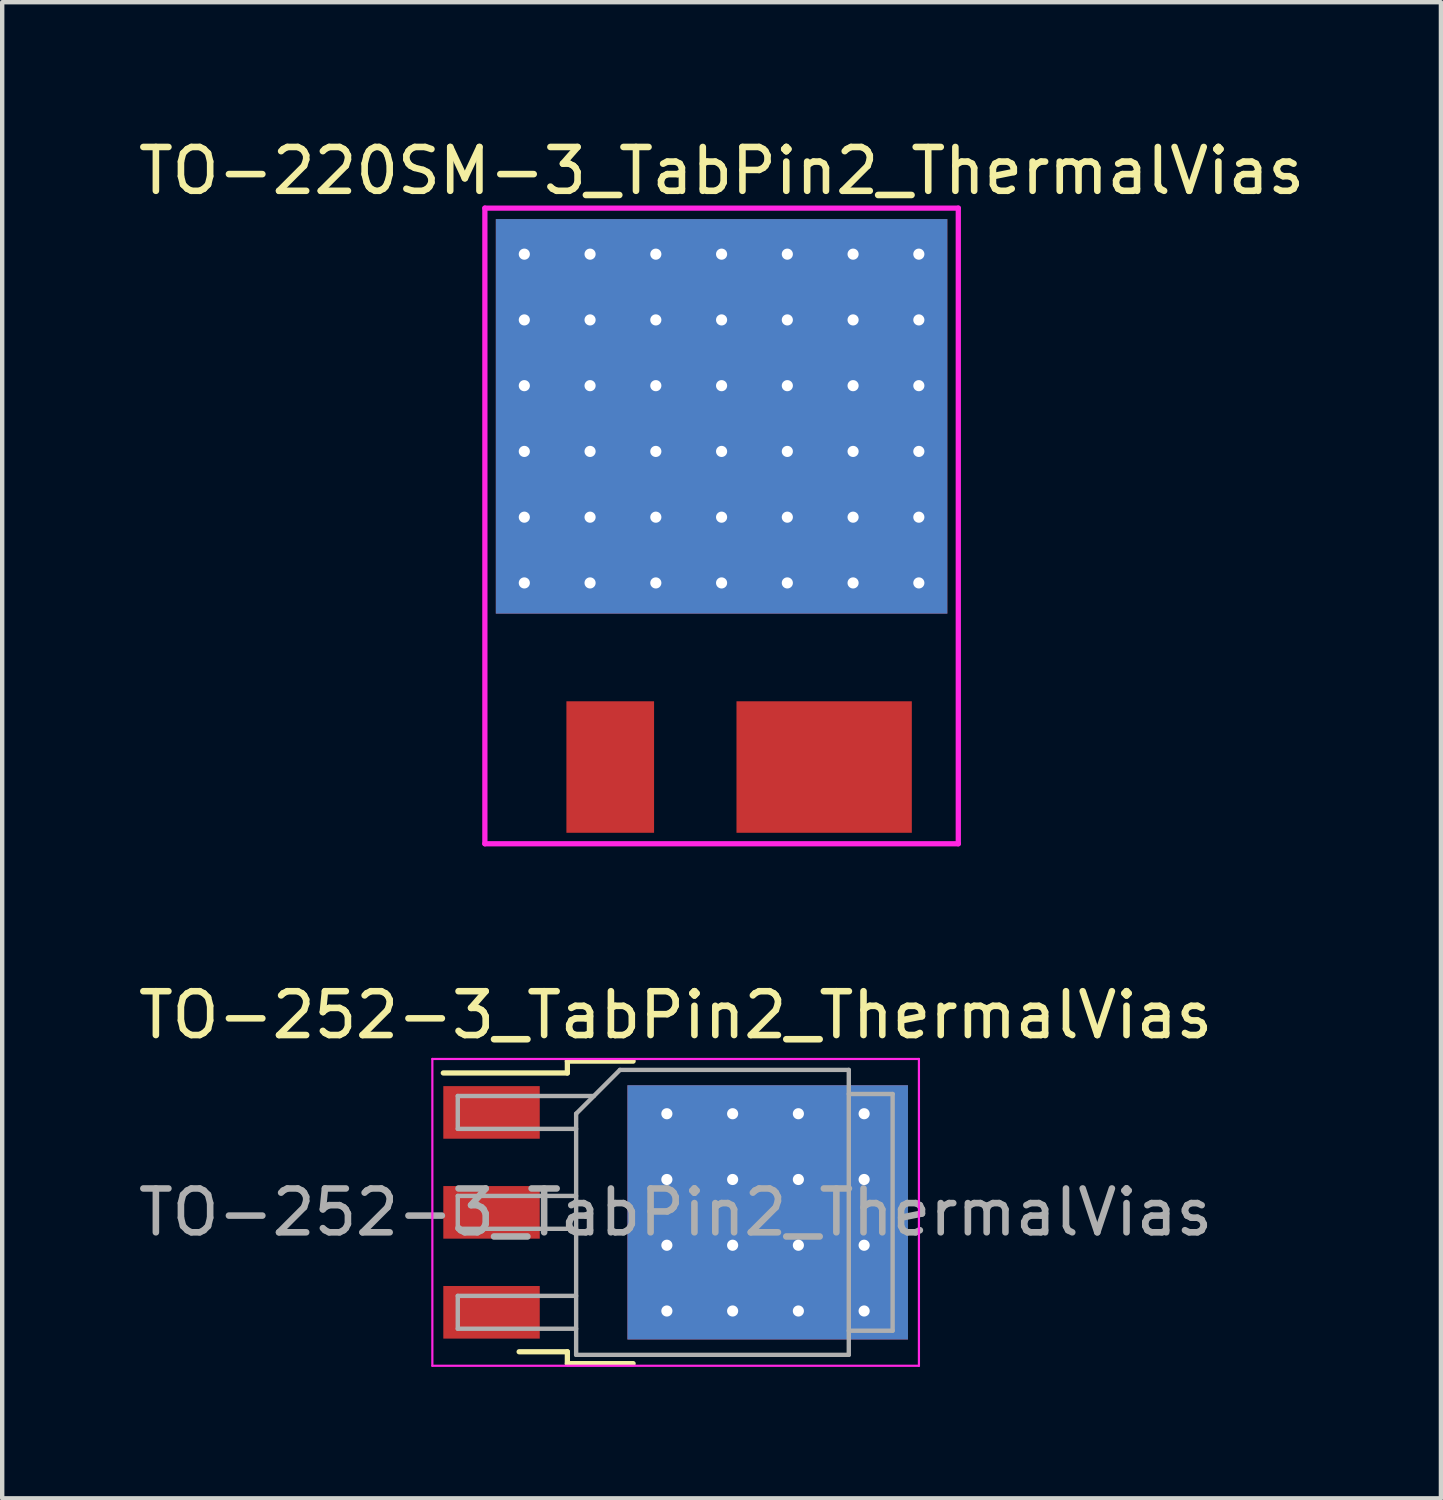
<source format=kicad_pcb>
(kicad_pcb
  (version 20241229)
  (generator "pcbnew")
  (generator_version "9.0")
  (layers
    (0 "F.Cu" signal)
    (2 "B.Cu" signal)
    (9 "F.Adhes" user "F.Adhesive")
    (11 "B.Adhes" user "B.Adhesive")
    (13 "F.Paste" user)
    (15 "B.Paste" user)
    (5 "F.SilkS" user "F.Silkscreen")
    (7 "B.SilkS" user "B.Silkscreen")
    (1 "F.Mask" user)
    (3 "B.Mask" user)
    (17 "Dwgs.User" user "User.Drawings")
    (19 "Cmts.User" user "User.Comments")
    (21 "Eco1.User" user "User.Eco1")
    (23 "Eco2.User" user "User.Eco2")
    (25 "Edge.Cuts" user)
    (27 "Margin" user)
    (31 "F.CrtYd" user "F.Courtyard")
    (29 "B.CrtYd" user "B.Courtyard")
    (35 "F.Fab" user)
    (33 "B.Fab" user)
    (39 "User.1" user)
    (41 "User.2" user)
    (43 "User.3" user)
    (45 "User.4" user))
  (footprint "TO-252-3_TabPin2_ThermalVias"
    (layer "F.Cu")
    (at 12.363 24.607)
    (property "Reference" "TO-252-3_TabPin2_ThermalVias" (at 0 -4.5 0) (layer "F.SilkS") (effects (font (size 1 1) (thickness 0.15))))
    (attr smd)
    (fp_line (start -2.47 -3.45) (end -2.47 -3.18) (stroke (width 0.12) (type solid)) (layer "F.SilkS"))
    (fp_line (start -2.47 -3.18) (end -5.3 -3.18) (stroke (width 0.12) (type solid)) (layer "F.SilkS"))
    (fp_line (start -2.47 3.18) (end -3.57 3.18) (stroke (width 0.12) (type solid)) (layer "F.SilkS"))
    (fp_line (start -2.47 3.45) (end -2.47 3.18) (stroke (width 0.12) (type solid)) (layer "F.SilkS"))
    (fp_line (start -0.97 -3.45) (end -2.47 -3.45) (stroke (width 0.12) (type solid)) (layer "F.SilkS"))
    (fp_line (start -0.97 3.45) (end -2.47 3.45) (stroke (width 0.12) (type solid)) (layer "F.SilkS"))
    (fp_line (start -5.55 -3.5) (end -5.55 3.5) (stroke (width 0.05) (type solid)) (layer "F.CrtYd"))
    (fp_line (start -5.55 3.5) (end 5.55 3.5) (stroke (width 0.05) (type solid)) (layer "F.CrtYd"))
    (fp_line (start 5.55 -3.5) (end -5.55 -3.5) (stroke (width 0.05) (type solid)) (layer "F.CrtYd"))
    (fp_line (start 5.55 3.5) (end 5.55 -3.5) (stroke (width 0.05) (type solid)) (layer "F.CrtYd"))
    (fp_line (start -4.97 -2.655) (end -4.97 -1.905) (stroke (width 0.1) (type solid)) (layer "F.Fab"))
    (fp_line (start -4.97 -1.905) (end -2.27 -1.905) (stroke (width 0.1) (type solid)) (layer "F.Fab"))
    (fp_line (start -4.97 -0.375) (end -4.97 0.375) (stroke (width 0.1) (type solid)) (layer "F.Fab"))
    (fp_line (start -4.97 0.375) (end -2.27 0.375) (stroke (width 0.1) (type solid)) (layer "F.Fab"))
    (fp_line (start -4.97 1.905) (end -4.97 2.655) (stroke (width 0.1) (type solid)) (layer "F.Fab"))
    (fp_line (start -4.97 2.655) (end -2.27 2.655) (stroke (width 0.1) (type solid)) (layer "F.Fab"))
    (fp_line (start -2.27 -2.25) (end -1.27 -3.25) (stroke (width 0.1) (type solid)) (layer "F.Fab"))
    (fp_line (start -2.27 -0.375) (end -4.97 -0.375) (stroke (width 0.1) (type solid)) (layer "F.Fab"))
    (fp_line (start -2.27 1.905) (end -4.97 1.905) (stroke (width 0.1) (type solid)) (layer "F.Fab"))
    (fp_line (start -2.27 3.25) (end -2.27 -2.25) (stroke (width 0.1) (type solid)) (layer "F.Fab"))
    (fp_line (start -1.865 -2.655) (end -4.97 -2.655) (stroke (width 0.1) (type solid)) (layer "F.Fab"))
    (fp_line (start -1.27 -3.25) (end 3.95 -3.25) (stroke (width 0.1) (type solid)) (layer "F.Fab"))
    (fp_line (start 3.95 -3.25) (end 3.95 3.25) (stroke (width 0.1) (type solid)) (layer "F.Fab"))
    (fp_line (start 3.95 -2.7) (end 4.95 -2.7) (stroke (width 0.1) (type solid)) (layer "F.Fab"))
    (fp_line (start 3.95 3.25) (end -2.27 3.25) (stroke (width 0.1) (type solid)) (layer "F.Fab"))
    (fp_line (start 4.95 -2.7) (end 4.95 2.7) (stroke (width 0.1) (type solid)) (layer "F.Fab"))
    (fp_line (start 4.95 2.7) (end 3.95 2.7) (stroke (width 0.1) (type solid)) (layer "F.Fab"))
    (fp_text user "${REFERENCE}" (at 0 0 0) (layer "F.Fab") (effects (font (size 1 1) (thickness 0.15))))
    (pad "" smd rect (at 0.425 -1.525) (size 3.05 2.75) (layers "F.Paste"))
    (pad "" smd rect (at 0.425 1.525) (size 3.05 2.75) (layers "F.Paste"))
    (pad "" smd rect (at 3.775 -1.525) (size 3.05 2.75) (layers "F.Paste"))
    (pad "" smd rect (at 3.775 1.525) (size 3.05 2.75) (layers "F.Paste"))
    (pad "1" smd rect (at -4.2 -2.28) (size 2.2 1.2) (layers "F.Cu" "F.Mask" "F.Paste"))
    (pad "2" smd rect (at -4.2 0) (size 2.2 1.2) (layers "F.Cu" "F.Mask" "F.Paste"))
    (pad "2" smd rect (at 2.1 0) (size 6.4 5.8) (layers "F.Cu" "F.Mask" "F.Paste"))
    (pad "2" smd rect (at 2.1 0) (size 6.4 5.8) (layers "B.Cu" "B.Mask"))
    (pad "3" smd rect (at -4.2 2.28) (size 2.2 1.2) (layers "F.Cu" "F.Mask" "F.Paste"))
    (pad "4" thru_hole circle (at -0.2 -2.25) (size 0.508 0.508) (drill 0.254) (layers "*.Cu" "*.Mask"))
    (pad "4" thru_hole circle (at -0.2 -0.75) (size 0.508 0.508) (drill 0.254) (layers "*.Cu" "*.Mask"))
    (pad "4" thru_hole circle (at -0.2 0.75) (size 0.508 0.508) (drill 0.254) (layers "*.Cu" "*.Mask"))
    (pad "4" thru_hole circle (at -0.2 2.25) (size 0.508 0.508) (drill 0.254) (layers "*.Cu" "*.Mask"))
    (pad "4" thru_hole circle (at 1.3 -2.25) (size 0.508 0.508) (drill 0.254) (layers "*.Cu" "*.Mask"))
    (pad "4" thru_hole circle (at 1.3 -0.75) (size 0.508 0.508) (drill 0.254) (layers "*.Cu" "*.Mask"))
    (pad "4" thru_hole circle (at 1.3 0.75) (size 0.508 0.508) (drill 0.254) (layers "*.Cu" "*.Mask"))
    (pad "4" thru_hole circle (at 1.3 2.25) (size 0.508 0.508) (drill 0.254) (layers "*.Cu" "*.Mask"))
    (pad "4" thru_hole circle (at 2.8 -2.25) (size 0.508 0.508) (drill 0.254) (layers "*.Cu" "*.Mask"))
    (pad "4" thru_hole circle (at 2.8 -0.75) (size 0.508 0.508) (drill 0.254) (layers "*.Cu" "*.Mask"))
    (pad "4" thru_hole circle (at 2.8 0.75) (size 0.508 0.508) (drill 0.254) (layers "*.Cu" "*.Mask"))
    (pad "4" thru_hole circle (at 2.8 2.25) (size 0.508 0.508) (drill 0.254) (layers "*.Cu" "*.Mask"))
    (pad "4" thru_hole circle (at 4.3 -2.25) (size 0.508 0.508) (drill 0.254) (layers "*.Cu" "*.Mask"))
    (pad "4" thru_hole circle (at 4.3 -0.75) (size 0.508 0.508) (drill 0.254) (layers "*.Cu" "*.Mask"))
    (pad "4" thru_hole circle (at 4.3 0.75) (size 0.508 0.508) (drill 0.254) (layers "*.Cu" "*.Mask"))
    (pad "4" thru_hole circle (at 4.3 2.25) (size 0.508 0.508) (drill 0.254) (layers "*.Cu" "*.Mask")))
  (footprint "TO-220SM-3_TabPin2_ThermalVias"
    (layer "F.Cu")
    (at 13.411 14.448)
    (property "Reference" "TO-220SM-3_TabPin2_ThermalVias" (at 0 -13.6 0) (layer "F.SilkS") (effects (font (size 1 1) (thickness 0.15))))
    (attr through_hole)
    (fp_line (start -5.4 -12.75) (end -5.4 1.75) (stroke (width 0.12) (type solid)) (layer "F.CrtYd"))
    (fp_line (start -5.4 1.75) (end 5.4 1.75) (stroke (width 0.12) (type solid)) (layer "F.CrtYd"))
    (fp_line (start 5.4 -12.75) (end -5.4 -12.75) (stroke (width 0.12) (type solid)) (layer "F.CrtYd"))
    (fp_line (start 5.4 1.75) (end 5.4 -12.75) (stroke (width 0.12) (type solid)) (layer "F.CrtYd"))
    (pad "1" smd rect (at -2.54 0) (size 2 3) (layers "F.Cu" "F.Mask" "F.Paste"))
    (pad "2" thru_hole circle (at -4.5 -11.7) (size 0.508 0.508) (drill 0.254) (layers "*.Cu" "*.Mask"))
    (pad "2" thru_hole circle (at -4.5 -10.2) (size 0.508 0.508) (drill 0.254) (layers "*.Cu" "*.Mask"))
    (pad "2" thru_hole circle (at -4.5 -8.7) (size 0.508 0.508) (drill 0.254) (layers "*.Cu" "*.Mask"))
    (pad "2" thru_hole circle (at -4.5 -7.2) (size 0.508 0.508) (drill 0.254) (layers "*.Cu" "*.Mask"))
    (pad "2" thru_hole circle (at -4.5 -5.7) (size 0.508 0.508) (drill 0.254) (layers "*.Cu" "*.Mask"))
    (pad "2" thru_hole circle (at -4.5 -4.2) (size 0.508 0.508) (drill 0.254) (layers "*.Cu" "*.Mask"))
    (pad "2" thru_hole circle (at -3 -11.7) (size 0.508 0.508) (drill 0.254) (layers "*.Cu" "*.Mask"))
    (pad "2" thru_hole circle (at -3 -10.2) (size 0.508 0.508) (drill 0.254) (layers "*.Cu" "*.Mask"))
    (pad "2" thru_hole circle (at -3 -8.7) (size 0.508 0.508) (drill 0.254) (layers "*.Cu" "*.Mask"))
    (pad "2" thru_hole circle (at -3 -7.2) (size 0.508 0.508) (drill 0.254) (layers "*.Cu" "*.Mask"))
    (pad "2" thru_hole circle (at -3 -5.7) (size 0.508 0.508) (drill 0.254) (layers "*.Cu" "*.Mask"))
    (pad "2" thru_hole circle (at -3 -4.2) (size 0.508 0.508) (drill 0.254) (layers "*.Cu" "*.Mask"))
    (pad "2" thru_hole circle (at -1.5 -11.7) (size 0.508 0.508) (drill 0.254) (layers "*.Cu" "*.Mask"))
    (pad "2" thru_hole circle (at -1.5 -10.2) (size 0.508 0.508) (drill 0.254) (layers "*.Cu" "*.Mask"))
    (pad "2" thru_hole circle (at -1.5 -8.7) (size 0.508 0.508) (drill 0.254) (layers "*.Cu" "*.Mask"))
    (pad "2" thru_hole circle (at -1.5 -7.2) (size 0.508 0.508) (drill 0.254) (layers "*.Cu" "*.Mask"))
    (pad "2" thru_hole circle (at -1.5 -5.7) (size 0.508 0.508) (drill 0.254) (layers "*.Cu" "*.Mask"))
    (pad "2" thru_hole circle (at -1.5 -4.2) (size 0.508 0.508) (drill 0.254) (layers "*.Cu" "*.Mask"))
    (pad "2" thru_hole circle (at 0 -11.7) (size 0.508 0.508) (drill 0.254) (layers "*.Cu" "*.Mask"))
    (pad "2" thru_hole circle (at 0 -10.2) (size 0.508 0.508) (drill 0.254) (layers "*.Cu" "*.Mask"))
    (pad "2" thru_hole circle (at 0 -8.7) (size 0.508 0.508) (drill 0.254) (layers "*.Cu" "*.Mask"))
    (pad "2" smd rect (at 0 -8) (size 10.3 9) (layers "F.Cu" "F.Mask" "F.Paste"))
    (pad "2" smd rect (at 0 -8) (size 10.3 9) (layers "B.Cu" "B.Mask"))
    (pad "2" thru_hole circle (at 0 -7.2) (size 0.508 0.508) (drill 0.254) (layers "*.Cu" "*.Mask"))
    (pad "2" thru_hole circle (at 0 -5.7) (size 0.508 0.508) (drill 0.254) (layers "*.Cu" "*.Mask"))
    (pad "2" thru_hole circle (at 0 -4.2) (size 0.508 0.508) (drill 0.254) (layers "*.Cu" "*.Mask"))
    (pad "2" thru_hole circle (at 1.5 -11.7) (size 0.508 0.508) (drill 0.254) (layers "*.Cu" "*.Mask"))
    (pad "2" thru_hole circle (at 1.5 -10.2) (size 0.508 0.508) (drill 0.254) (layers "*.Cu" "*.Mask"))
    (pad "2" thru_hole circle (at 1.5 -8.7) (size 0.508 0.508) (drill 0.254) (layers "*.Cu" "*.Mask"))
    (pad "2" thru_hole circle (at 1.5 -7.2) (size 0.508 0.508) (drill 0.254) (layers "*.Cu" "*.Mask"))
    (pad "2" thru_hole circle (at 1.5 -5.7) (size 0.508 0.508) (drill 0.254) (layers "*.Cu" "*.Mask"))
    (pad "2" thru_hole circle (at 1.5 -4.2) (size 0.508 0.508) (drill 0.254) (layers "*.Cu" "*.Mask"))
    (pad "2" thru_hole circle (at 3 -11.7) (size 0.508 0.508) (drill 0.254) (layers "*.Cu" "*.Mask"))
    (pad "2" thru_hole circle (at 3 -10.2) (size 0.508 0.508) (drill 0.254) (layers "*.Cu" "*.Mask"))
    (pad "2" thru_hole circle (at 3 -8.7) (size 0.508 0.508) (drill 0.254) (layers "*.Cu" "*.Mask"))
    (pad "2" thru_hole circle (at 3 -7.2) (size 0.508 0.508) (drill 0.254) (layers "*.Cu" "*.Mask"))
    (pad "2" thru_hole circle (at 3 -5.7) (size 0.508 0.508) (drill 0.254) (layers "*.Cu" "*.Mask"))
    (pad "2" thru_hole circle (at 3 -4.2) (size 0.508 0.508) (drill 0.254) (layers "*.Cu" "*.Mask"))
    (pad "2" thru_hole circle (at 4.5 -11.7) (size 0.508 0.508) (drill 0.254) (layers "*.Cu" "*.Mask"))
    (pad "2" thru_hole circle (at 4.5 -10.2) (size 0.508 0.508) (drill 0.254) (layers "*.Cu" "*.Mask"))
    (pad "2" thru_hole circle (at 4.5 -8.7) (size 0.508 0.508) (drill 0.254) (layers "*.Cu" "*.Mask"))
    (pad "2" thru_hole circle (at 4.5 -7.2) (size 0.508 0.508) (drill 0.254) (layers "*.Cu" "*.Mask"))
    (pad "2" thru_hole circle (at 4.5 -5.7) (size 0.508 0.508) (drill 0.254) (layers "*.Cu" "*.Mask"))
    (pad "2" thru_hole circle (at 4.5 -4.2) (size 0.508 0.508) (drill 0.254) (layers "*.Cu" "*.Mask"))
    (pad "3" smd rect (at 2.34 0) (size 4 3) (layers "F.Cu" "F.Mask" "F.Paste")))
  (gr_rect
    (start -3 -3)
    (end 29.821 31.131)
    (stroke (width 0.1) (type default))
    (fill no)
    (layer "Edge.Cuts")))
</source>
